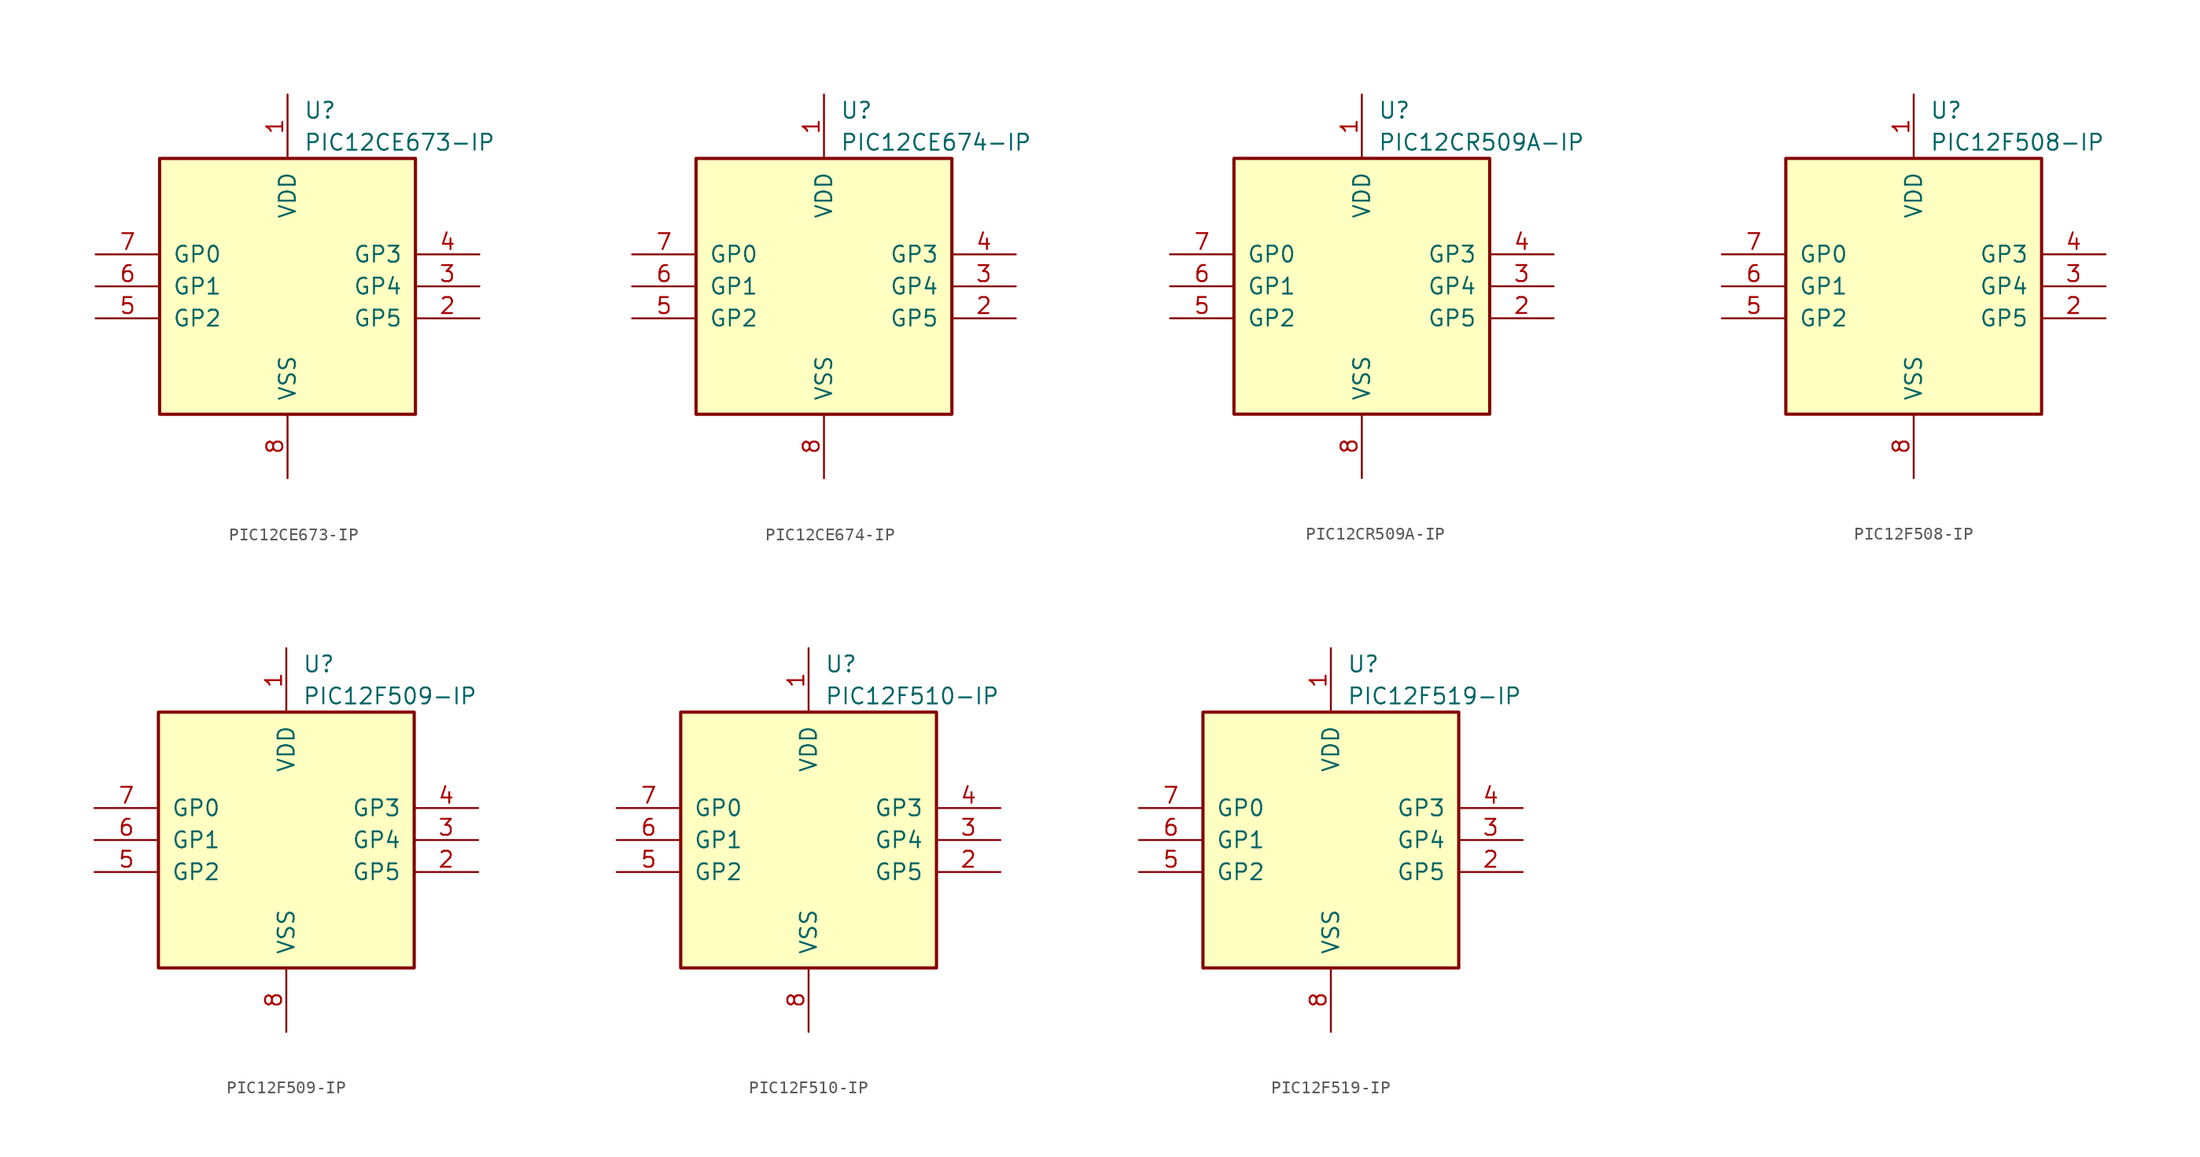
<source format=kicad_sym>
(kicad_symbol_lib
  (version 20220914)
  (generator kicad_symbol_editor)
  (symbol "PIC12CE673-IP"
    (pin_names
      (offset 1.016))
    (property "Reference" "U"
      (at 1.27 13.97 0)
      (effects (font (size 1.27 1.27)) (justify left)))
    (property "Value" "PIC12CE673-IP"
      (at 1.27 11.43 0)
      (effects (font (size 1.27 1.27)) (justify left)))
    (symbol "PIC12CE673-IP_0_1"
      (rectangle (start 10.16 -10.16) (end -10.16 10.16) (stroke (width 0.254) (type default)) (fill (type background))))
    (symbol "PIC12CE673-IP_1_1"
      (pin power_in line (at 0 15.24 270) (length 5.08) (name "VDD" (effects (font (size 1.27 1.27)))) (number "1" (effects (font (size 1.27 1.27)))))
      (pin bidirectional line (at 15.24 -2.54 180) (length 5.08) (name "GP5" (effects (font (size 1.27 1.27)))) (number "2" (effects (font (size 1.27 1.27)))))
      (pin bidirectional line (at 15.24 0 180) (length 5.08) (name "GP4" (effects (font (size 1.27 1.27)))) (number "3" (effects (font (size 1.27 1.27)))))
      (pin input line (at 15.24 2.54 180) (length 5.08) (name "GP3" (effects (font (size 1.27 1.27)))) (number "4" (effects (font (size 1.27 1.27)))))
      (pin bidirectional line (at -15.24 -2.54 0) (length 5.08) (name "GP2" (effects (font (size 1.27 1.27)))) (number "5" (effects (font (size 1.27 1.27)))))
      (pin bidirectional line (at -15.24 0 0) (length 5.08) (name "GP1" (effects (font (size 1.27 1.27)))) (number "6" (effects (font (size 1.27 1.27)))))
      (pin bidirectional line (at -15.24 2.54 0) (length 5.08) (name "GP0" (effects (font (size 1.27 1.27)))) (number "7" (effects (font (size 1.27 1.27)))))
      (pin power_in line (at 0 -15.24 90) (length 5.08) (name "VSS" (effects (font (size 1.27 1.27)))) (number "8" (effects (font (size 1.27 1.27)))))))
  (symbol "PIC12CE674-IP"
    (pin_names
      (offset 1.016))
    (property "Reference" "U"
      (at 1.27 13.97 0)
      (effects (font (size 1.27 1.27)) (justify left)))
    (property "Value" "PIC12CE674-IP"
      (at 1.27 11.43 0)
      (effects (font (size 1.27 1.27)) (justify left)))
    (symbol "PIC12CE674-IP_0_1"
      (rectangle (start 10.16 -10.16) (end -10.16 10.16) (stroke (width 0.254) (type default)) (fill (type background))))
    (symbol "PIC12CE674-IP_1_1"
      (pin power_in line (at 0 15.24 270) (length 5.08) (name "VDD" (effects (font (size 1.27 1.27)))) (number "1" (effects (font (size 1.27 1.27)))))
      (pin bidirectional line (at 15.24 -2.54 180) (length 5.08) (name "GP5" (effects (font (size 1.27 1.27)))) (number "2" (effects (font (size 1.27 1.27)))))
      (pin bidirectional line (at 15.24 0 180) (length 5.08) (name "GP4" (effects (font (size 1.27 1.27)))) (number "3" (effects (font (size 1.27 1.27)))))
      (pin input line (at 15.24 2.54 180) (length 5.08) (name "GP3" (effects (font (size 1.27 1.27)))) (number "4" (effects (font (size 1.27 1.27)))))
      (pin bidirectional line (at -15.24 -2.54 0) (length 5.08) (name "GP2" (effects (font (size 1.27 1.27)))) (number "5" (effects (font (size 1.27 1.27)))))
      (pin bidirectional line (at -15.24 0 0) (length 5.08) (name "GP1" (effects (font (size 1.27 1.27)))) (number "6" (effects (font (size 1.27 1.27)))))
      (pin bidirectional line (at -15.24 2.54 0) (length 5.08) (name "GP0" (effects (font (size 1.27 1.27)))) (number "7" (effects (font (size 1.27 1.27)))))
      (pin power_in line (at 0 -15.24 90) (length 5.08) (name "VSS" (effects (font (size 1.27 1.27)))) (number "8" (effects (font (size 1.27 1.27)))))))
  (symbol "PIC12CR509A-IP"
    (pin_names
      (offset 1.016))
    (property "Reference" "U"
      (at 1.27 13.97 0)
      (effects (font (size 1.27 1.27)) (justify left)))
    (property "Value" "PIC12CR509A-IP"
      (at 1.27 11.43 0)
      (effects (font (size 1.27 1.27)) (justify left)))
    (symbol "PIC12CR509A-IP_0_1"
      (rectangle (start 10.16 -10.16) (end -10.16 10.16) (stroke (width 0.254) (type default)) (fill (type background))))
    (symbol "PIC12CR509A-IP_1_1"
      (pin power_in line (at 0 15.24 270) (length 5.08) (name "VDD" (effects (font (size 1.27 1.27)))) (number "1" (effects (font (size 1.27 1.27)))))
      (pin bidirectional line (at 15.24 -2.54 180) (length 5.08) (name "GP5" (effects (font (size 1.27 1.27)))) (number "2" (effects (font (size 1.27 1.27)))))
      (pin bidirectional line (at 15.24 0 180) (length 5.08) (name "GP4" (effects (font (size 1.27 1.27)))) (number "3" (effects (font (size 1.27 1.27)))))
      (pin input line (at 15.24 2.54 180) (length 5.08) (name "GP3" (effects (font (size 1.27 1.27)))) (number "4" (effects (font (size 1.27 1.27)))))
      (pin bidirectional line (at -15.24 -2.54 0) (length 5.08) (name "GP2" (effects (font (size 1.27 1.27)))) (number "5" (effects (font (size 1.27 1.27)))))
      (pin bidirectional line (at -15.24 0 0) (length 5.08) (name "GP1" (effects (font (size 1.27 1.27)))) (number "6" (effects (font (size 1.27 1.27)))))
      (pin bidirectional line (at -15.24 2.54 0) (length 5.08) (name "GP0" (effects (font (size 1.27 1.27)))) (number "7" (effects (font (size 1.27 1.27)))))
      (pin power_in line (at 0 -15.24 90) (length 5.08) (name "VSS" (effects (font (size 1.27 1.27)))) (number "8" (effects (font (size 1.27 1.27)))))))
  (symbol "PIC12F508-IP"
    (pin_names
      (offset 1.016))
    (property "Reference" "U"
      (at 1.27 13.97 0)
      (effects (font (size 1.27 1.27)) (justify left)))
    (property "Value" "PIC12F508-IP"
      (at 1.27 11.43 0)
      (effects (font (size 1.27 1.27)) (justify left)))
    (symbol "PIC12F508-IP_0_1"
      (rectangle (start 10.16 -10.16) (end -10.16 10.16) (stroke (width 0.254) (type default)) (fill (type background))))
    (symbol "PIC12F508-IP_1_1"
      (pin power_in line (at 0 15.24 270) (length 5.08) (name "VDD" (effects (font (size 1.27 1.27)))) (number "1" (effects (font (size 1.27 1.27)))))
      (pin bidirectional line (at 15.24 -2.54 180) (length 5.08) (name "GP5" (effects (font (size 1.27 1.27)))) (number "2" (effects (font (size 1.27 1.27)))))
      (pin bidirectional line (at 15.24 0 180) (length 5.08) (name "GP4" (effects (font (size 1.27 1.27)))) (number "3" (effects (font (size 1.27 1.27)))))
      (pin input line (at 15.24 2.54 180) (length 5.08) (name "GP3" (effects (font (size 1.27 1.27)))) (number "4" (effects (font (size 1.27 1.27)))))
      (pin bidirectional line (at -15.24 -2.54 0) (length 5.08) (name "GP2" (effects (font (size 1.27 1.27)))) (number "5" (effects (font (size 1.27 1.27)))))
      (pin bidirectional line (at -15.24 0 0) (length 5.08) (name "GP1" (effects (font (size 1.27 1.27)))) (number "6" (effects (font (size 1.27 1.27)))))
      (pin bidirectional line (at -15.24 2.54 0) (length 5.08) (name "GP0" (effects (font (size 1.27 1.27)))) (number "7" (effects (font (size 1.27 1.27)))))
      (pin power_in line (at 0 -15.24 90) (length 5.08) (name "VSS" (effects (font (size 1.27 1.27)))) (number "8" (effects (font (size 1.27 1.27)))))))
  (symbol "PIC12F509-IP"
    (pin_names
      (offset 1.016))
    (property "Reference" "U"
      (at 1.27 13.97 0)
      (effects (font (size 1.27 1.27)) (justify left)))
    (property "Value" "PIC12F509-IP"
      (at 1.27 11.43 0)
      (effects (font (size 1.27 1.27)) (justify left)))
    (symbol "PIC12F509-IP_0_1"
      (rectangle (start 10.16 -10.16) (end -10.16 10.16) (stroke (width 0.254) (type default)) (fill (type background))))
    (symbol "PIC12F509-IP_1_1"
      (pin power_in line (at 0 15.24 270) (length 5.08) (name "VDD" (effects (font (size 1.27 1.27)))) (number "1" (effects (font (size 1.27 1.27)))))
      (pin bidirectional line (at 15.24 -2.54 180) (length 5.08) (name "GP5" (effects (font (size 1.27 1.27)))) (number "2" (effects (font (size 1.27 1.27)))))
      (pin bidirectional line (at 15.24 0 180) (length 5.08) (name "GP4" (effects (font (size 1.27 1.27)))) (number "3" (effects (font (size 1.27 1.27)))))
      (pin input line (at 15.24 2.54 180) (length 5.08) (name "GP3" (effects (font (size 1.27 1.27)))) (number "4" (effects (font (size 1.27 1.27)))))
      (pin bidirectional line (at -15.24 -2.54 0) (length 5.08) (name "GP2" (effects (font (size 1.27 1.27)))) (number "5" (effects (font (size 1.27 1.27)))))
      (pin bidirectional line (at -15.24 0 0) (length 5.08) (name "GP1" (effects (font (size 1.27 1.27)))) (number "6" (effects (font (size 1.27 1.27)))))
      (pin bidirectional line (at -15.24 2.54 0) (length 5.08) (name "GP0" (effects (font (size 1.27 1.27)))) (number "7" (effects (font (size 1.27 1.27)))))
      (pin power_in line (at 0 -15.24 90) (length 5.08) (name "VSS" (effects (font (size 1.27 1.27)))) (number "8" (effects (font (size 1.27 1.27)))))))
  (symbol "PIC12F510-IP"
    (pin_names
      (offset 1.016))
    (property "Reference" "U"
      (at 1.27 13.97 0)
      (effects (font (size 1.27 1.27)) (justify left)))
    (property "Value" "PIC12F510-IP"
      (at 1.27 11.43 0)
      (effects (font (size 1.27 1.27)) (justify left)))
    (symbol "PIC12F510-IP_0_1"
      (rectangle (start 10.16 -10.16) (end -10.16 10.16) (stroke (width 0.254) (type default)) (fill (type background))))
    (symbol "PIC12F510-IP_1_1"
      (pin power_in line (at 0 15.24 270) (length 5.08) (name "VDD" (effects (font (size 1.27 1.27)))) (number "1" (effects (font (size 1.27 1.27)))))
      (pin bidirectional line (at 15.24 -2.54 180) (length 5.08) (name "GP5" (effects (font (size 1.27 1.27)))) (number "2" (effects (font (size 1.27 1.27)))))
      (pin bidirectional line (at 15.24 0 180) (length 5.08) (name "GP4" (effects (font (size 1.27 1.27)))) (number "3" (effects (font (size 1.27 1.27)))))
      (pin input line (at 15.24 2.54 180) (length 5.08) (name "GP3" (effects (font (size 1.27 1.27)))) (number "4" (effects (font (size 1.27 1.27)))))
      (pin bidirectional line (at -15.24 -2.54 0) (length 5.08) (name "GP2" (effects (font (size 1.27 1.27)))) (number "5" (effects (font (size 1.27 1.27)))))
      (pin bidirectional line (at -15.24 0 0) (length 5.08) (name "GP1" (effects (font (size 1.27 1.27)))) (number "6" (effects (font (size 1.27 1.27)))))
      (pin bidirectional line (at -15.24 2.54 0) (length 5.08) (name "GP0" (effects (font (size 1.27 1.27)))) (number "7" (effects (font (size 1.27 1.27)))))
      (pin power_in line (at 0 -15.24 90) (length 5.08) (name "VSS" (effects (font (size 1.27 1.27)))) (number "8" (effects (font (size 1.27 1.27)))))))
  (symbol "PIC12F519-IP"
    (pin_names
      (offset 1.016))
    (property "Reference" "U"
      (at 1.27 13.97 0)
      (effects (font (size 1.27 1.27)) (justify left)))
    (property "Value" "PIC12F519-IP"
      (at 1.27 11.43 0)
      (effects (font (size 1.27 1.27)) (justify left)))
    (symbol "PIC12F519-IP_0_1"
      (rectangle (start 10.16 -10.16) (end -10.16 10.16) (stroke (width 0.254) (type default)) (fill (type background))))
    (symbol "PIC12F519-IP_1_1"
      (pin power_in line (at 0 15.24 270) (length 5.08) (name "VDD" (effects (font (size 1.27 1.27)))) (number "1" (effects (font (size 1.27 1.27)))))
      (pin bidirectional line (at 15.24 -2.54 180) (length 5.08) (name "GP5" (effects (font (size 1.27 1.27)))) (number "2" (effects (font (size 1.27 1.27)))))
      (pin bidirectional line (at 15.24 0 180) (length 5.08) (name "GP4" (effects (font (size 1.27 1.27)))) (number "3" (effects (font (size 1.27 1.27)))))
      (pin input line (at 15.24 2.54 180) (length 5.08) (name "GP3" (effects (font (size 1.27 1.27)))) (number "4" (effects (font (size 1.27 1.27)))))
      (pin bidirectional line (at -15.24 -2.54 0) (length 5.08) (name "GP2" (effects (font (size 1.27 1.27)))) (number "5" (effects (font (size 1.27 1.27)))))
      (pin bidirectional line (at -15.24 0 0) (length 5.08) (name "GP1" (effects (font (size 1.27 1.27)))) (number "6" (effects (font (size 1.27 1.27)))))
      (pin bidirectional line (at -15.24 2.54 0) (length 5.08) (name "GP0" (effects (font (size 1.27 1.27)))) (number "7" (effects (font (size 1.27 1.27)))))
      (pin power_in line (at 0 -15.24 90) (length 5.08) (name "VSS" (effects (font (size 1.27 1.27)))) (number "8" (effects (font (size 1.27 1.27))))))))
</source>
